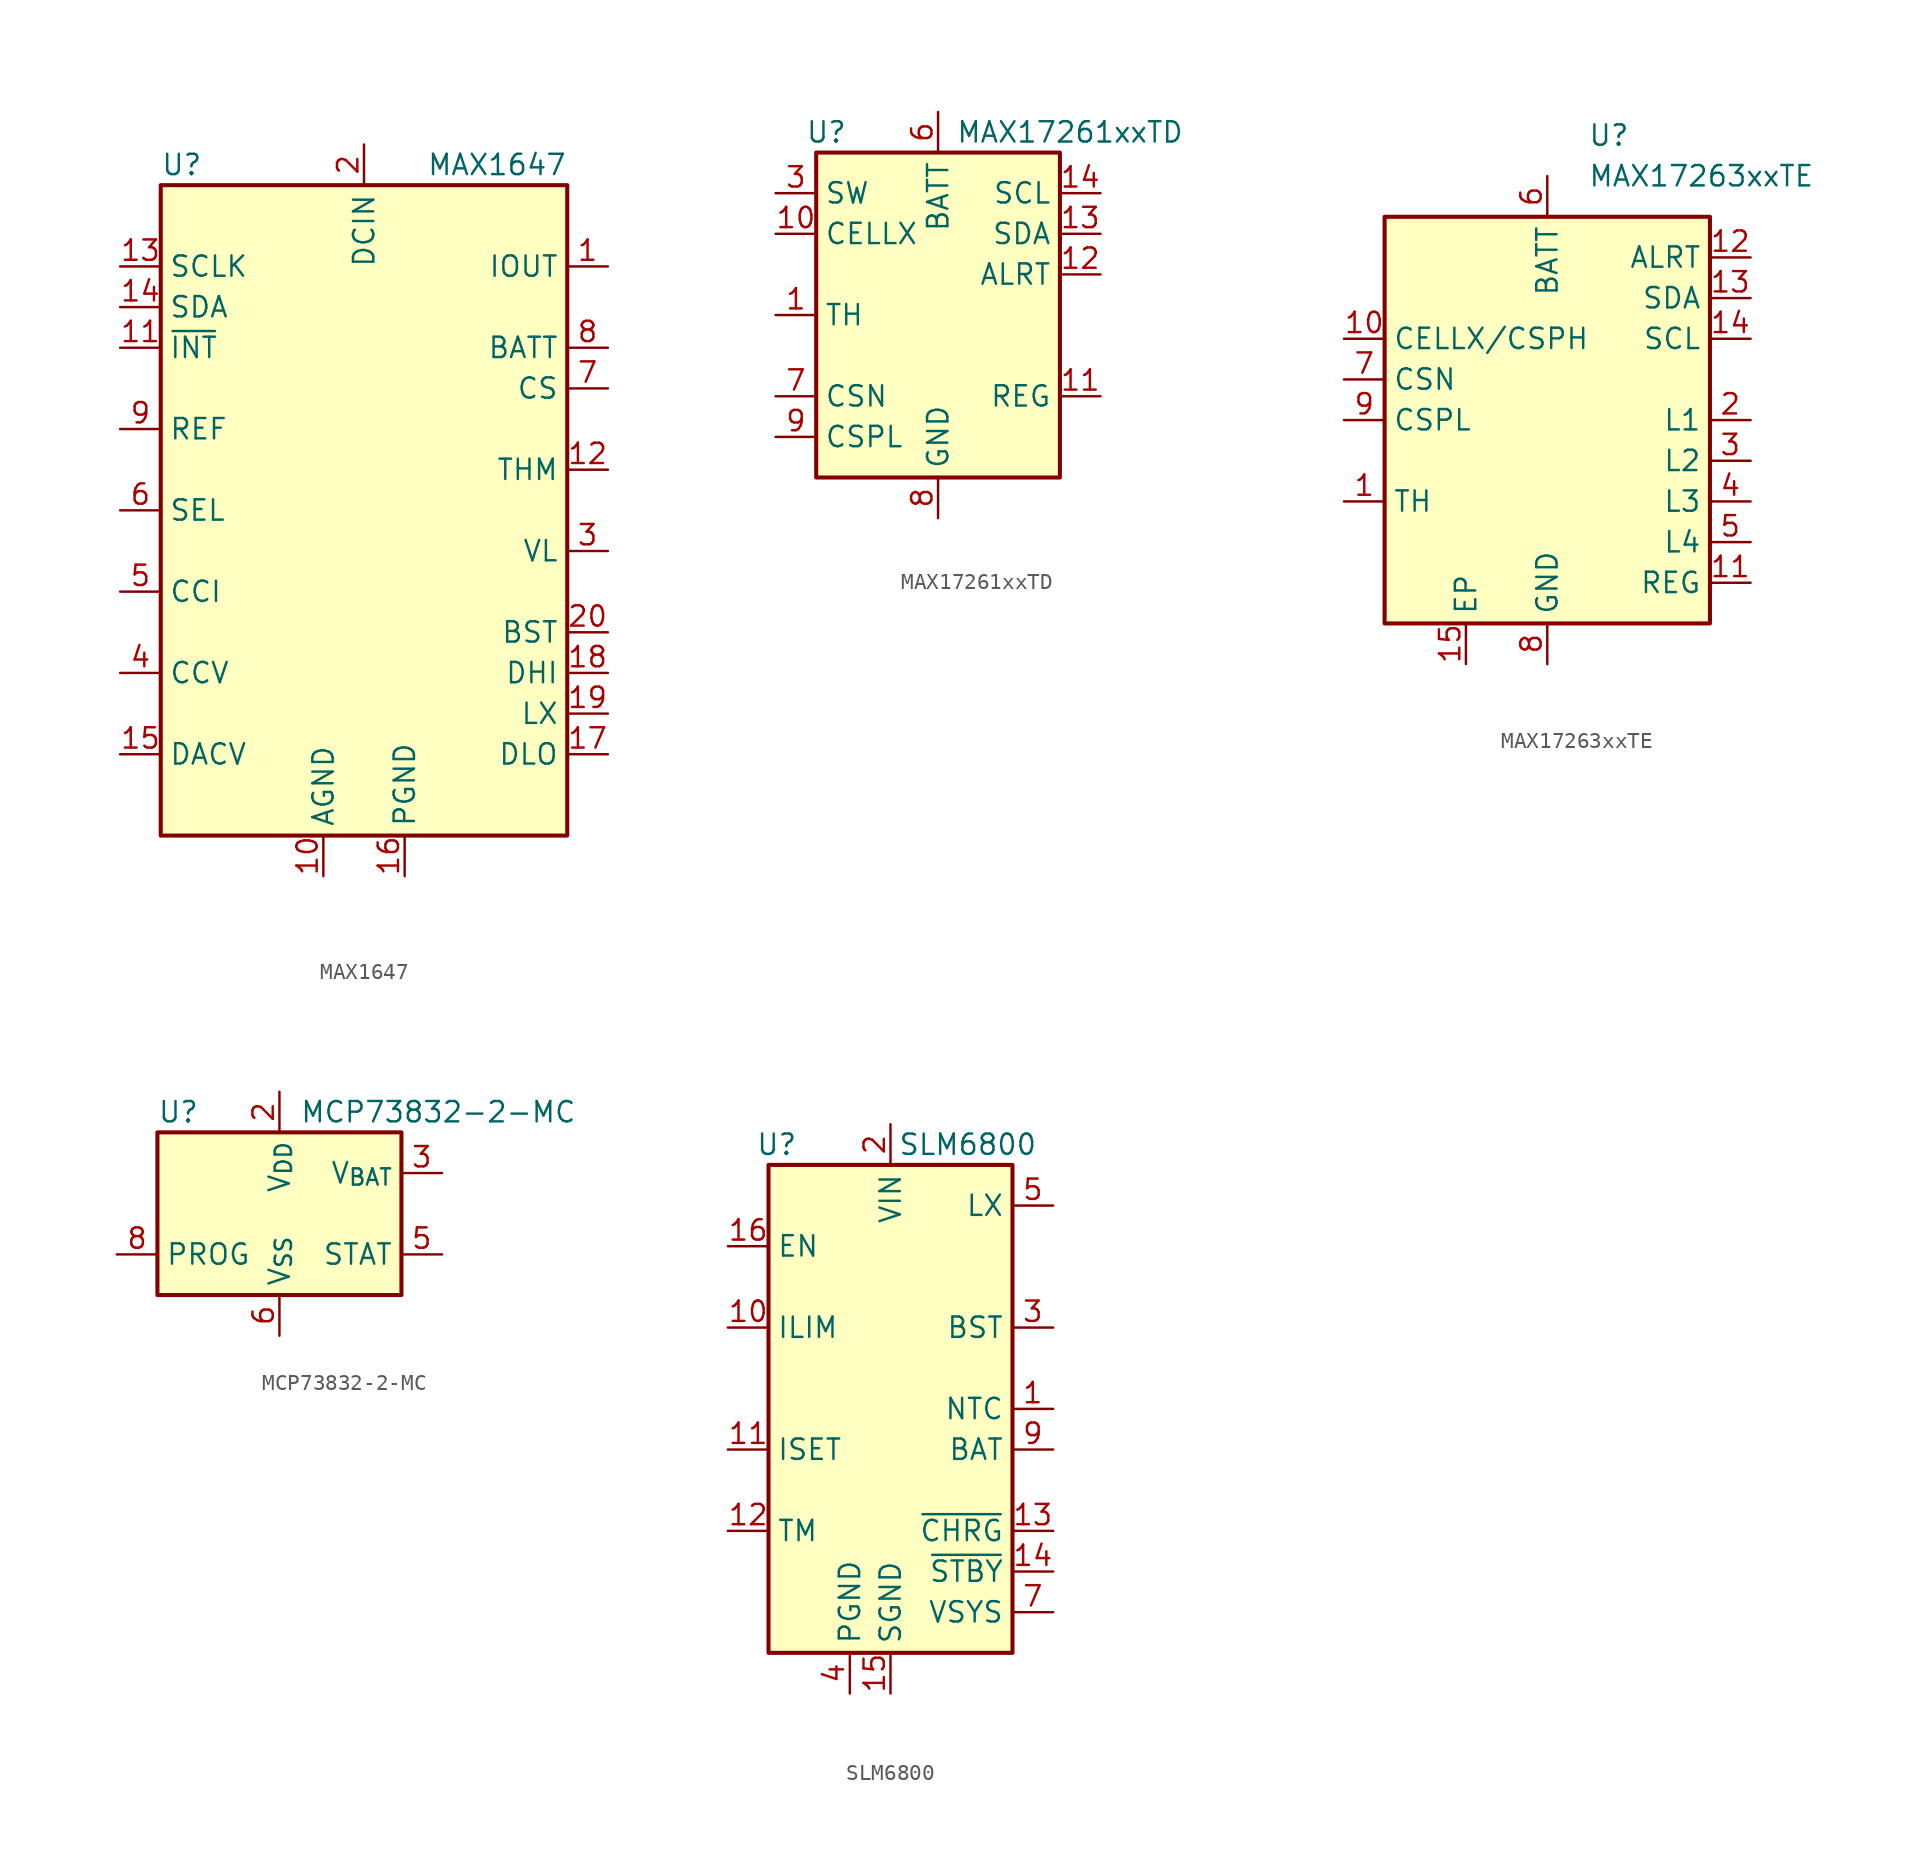
<source format=kicad_sym>
(kicad_symbol_lib
  (version 20231120)
  (generator "kicad_symbol_editor")
  (generator_version "8.0")
  (symbol "MAX1647"
    (property "Reference" "U"
      (at -12.7 21.59 0)
      (effects (font (size 1.27 1.27)) (justify left)))
    (property "Value" "MAX1647"
      (at 12.7 21.59 0)
      (effects (font (size 1.27 1.27)) (justify right)))
    (symbol "MAX1647_0_1"
      (rectangle (start -12.7 20.32) (end 12.7 -20.32) (stroke (width 0.254) (type default)) (fill (type background))))
    (symbol "MAX1647_1_1"
      (pin output line (at 15.24 15.24 180) (length 2.54) (name "IOUT" (effects (font (size 1.27 1.27)))) (number "1" (effects (font (size 1.27 1.27)))))
      (pin power_in line (at -2.54 -22.86 90) (length 2.54) (name "AGND" (effects (font (size 1.27 1.27)))) (number "10" (effects (font (size 1.27 1.27)))))
      (pin open_collector line (at -15.24 10.16 0) (length 2.54) (name "~{INT}" (effects (font (size 1.27 1.27)))) (number "11" (effects (font (size 1.27 1.27)))))
      (pin input line (at 15.24 2.54 180) (length 2.54) (name "THM" (effects (font (size 1.27 1.27)))) (number "12" (effects (font (size 1.27 1.27)))))
      (pin input line (at -15.24 15.24 0) (length 2.54) (name "SCLK" (effects (font (size 1.27 1.27)))) (number "13" (effects (font (size 1.27 1.27)))))
      (pin bidirectional line (at -15.24 12.7 0) (length 2.54) (name "SDA" (effects (font (size 1.27 1.27)))) (number "14" (effects (font (size 1.27 1.27)))))
      (pin output line (at -15.24 -15.24 0) (length 2.54) (name "DACV" (effects (font (size 1.27 1.27)))) (number "15" (effects (font (size 1.27 1.27)))))
      (pin power_in line (at 2.54 -22.86 90) (length 2.54) (name "PGND" (effects (font (size 1.27 1.27)))) (number "16" (effects (font (size 1.27 1.27)))))
      (pin output line (at 15.24 -15.24 180) (length 2.54) (name "DLO" (effects (font (size 1.27 1.27)))) (number "17" (effects (font (size 1.27 1.27)))))
      (pin output line (at 15.24 -10.16 180) (length 2.54) (name "DHI" (effects (font (size 1.27 1.27)))) (number "18" (effects (font (size 1.27 1.27)))))
      (pin input line (at 15.24 -12.7 180) (length 2.54) (name "LX" (effects (font (size 1.27 1.27)))) (number "19" (effects (font (size 1.27 1.27)))))
      (pin power_in line (at 0 22.86 270) (length 2.54) (name "DCIN" (effects (font (size 1.27 1.27)))) (number "2" (effects (font (size 1.27 1.27)))))
      (pin power_in line (at 15.24 -7.62 180) (length 2.54) (name "BST" (effects (font (size 1.27 1.27)))) (number "20" (effects (font (size 1.27 1.27)))))
      (pin power_out line (at 15.24 -2.54 180) (length 2.54) (name "VL" (effects (font (size 1.27 1.27)))) (number "3" (effects (font (size 1.27 1.27)))))
      (pin passive line (at -15.24 -10.16 0) (length 2.54) (name "CCV" (effects (font (size 1.27 1.27)))) (number "4" (effects (font (size 1.27 1.27)))))
      (pin passive line (at -15.24 -5.08 0) (length 2.54) (name "CCI" (effects (font (size 1.27 1.27)))) (number "5" (effects (font (size 1.27 1.27)))))
      (pin input line (at -15.24 0 0) (length 2.54) (name "SEL" (effects (font (size 1.27 1.27)))) (number "6" (effects (font (size 1.27 1.27)))))
      (pin input line (at 15.24 7.62 180) (length 2.54) (name "CS" (effects (font (size 1.27 1.27)))) (number "7" (effects (font (size 1.27 1.27)))))
      (pin input line (at 15.24 10.16 180) (length 2.54) (name "BATT" (effects (font (size 1.27 1.27)))) (number "8" (effects (font (size 1.27 1.27)))))
      (pin bidirectional line (at -15.24 5.08 0) (length 2.54) (name "REF" (effects (font (size 1.27 1.27)))) (number "9" (effects (font (size 1.27 1.27)))))))
  (symbol "MAX17261xxTD"
    (property "Reference" "U"
      (at -6.985 11.43 0)
      (effects (font (size 1.27 1.27))))
    (property "Value" "MAX17261xxTD"
      (at 8.255 11.43 0)
      (effects (font (size 1.27 1.27))))
    (symbol "MAX17261xxTD_0_1"
      (rectangle (start -7.62 10.16) (end 7.62 -10.16) (stroke (width 0.254) (type default)) (fill (type background))))
    (symbol "MAX17261xxTD_1_1"
      (pin passive line (at -10.16 0 0) (length 2.54) (name "TH" (effects (font (size 1.27 1.27)))) (number "1" (effects (font (size 1.27 1.27)))))
      (pin input line (at -10.16 5.08 0) (length 2.54) (name "CELLX" (effects (font (size 1.27 1.27)))) (number "10" (effects (font (size 1.27 1.27)))))
      (pin power_out line (at 10.16 -5.08 180) (length 2.54) (name "REG" (effects (font (size 1.27 1.27)))) (number "11" (effects (font (size 1.27 1.27)))))
      (pin open_collector line (at 10.16 2.54 180) (length 2.54) (name "ALRT" (effects (font (size 1.27 1.27)))) (number "12" (effects (font (size 1.27 1.27)))))
      (pin bidirectional line (at 10.16 5.08 180) (length 2.54) (name "SDA" (effects (font (size 1.27 1.27)))) (number "13" (effects (font (size 1.27 1.27)))))
      (pin input line (at 10.16 7.62 180) (length 2.54) (name "SCL" (effects (font (size 1.27 1.27)))) (number "14" (effects (font (size 1.27 1.27)))))
      (pin passive line (at 0 -12.7 90) (length 2.54) hide (name "GND" (effects (font (size 1.27 1.27)))) (number "15" (effects (font (size 1.27 1.27)))))
      (pin no_connect line (at 2.54 -10.16 90) (length 2.54) hide (name "NC" (effects (font (size 1.27 1.27)))) (number "2" (effects (font (size 1.27 1.27)))))
      (pin output line (at -10.16 7.62 0) (length 2.54) (name "SW" (effects (font (size 1.27 1.27)))) (number "3" (effects (font (size 1.27 1.27)))))
      (pin no_connect line (at -2.54 -10.16 90) (length 2.54) hide (name "NC" (effects (font (size 1.27 1.27)))) (number "4" (effects (font (size 1.27 1.27)))))
      (pin no_connect line (at 5.08 -10.16 90) (length 2.54) hide (name "NC" (effects (font (size 1.27 1.27)))) (number "5" (effects (font (size 1.27 1.27)))))
      (pin power_in line (at 0 12.7 270) (length 2.54) (name "BATT" (effects (font (size 1.27 1.27)))) (number "6" (effects (font (size 1.27 1.27)))))
      (pin passive line (at -10.16 -5.08 0) (length 2.54) (name "CSN" (effects (font (size 1.27 1.27)))) (number "7" (effects (font (size 1.27 1.27)))))
      (pin power_in line (at 0 -12.7 90) (length 2.54) (name "GND" (effects (font (size 1.27 1.27)))) (number "8" (effects (font (size 1.27 1.27)))))
      (pin passive line (at -10.16 -7.62 0) (length 2.54) (name "CSPL" (effects (font (size 1.27 1.27)))) (number "9" (effects (font (size 1.27 1.27)))))))
  (symbol "MAX17263xxTE"
    (property "Reference" "U"
      (at 2.54 17.78 0)
      (effects (font (size 1.27 1.27)) (justify left)))
    (property "Value" "MAX17263xxTE"
      (at 2.54 15.24 0)
      (effects (font (size 1.27 1.27)) (justify left)))
    (symbol "MAX17263xxTE_0_1"
      (rectangle (start -10.16 12.7) (end 10.16 -12.7) (stroke (width 0.254) (type default)) (fill (type background))))
    (symbol "MAX17263xxTE_1_1"
      (pin passive line (at -12.7 -5.08 0) (length 2.54) (name "TH" (effects (font (size 1.27 1.27)))) (number "1" (effects (font (size 1.27 1.27)))))
      (pin input line (at -12.7 5.08 0) (length 2.54) (name "CELLX/CSPH" (effects (font (size 1.27 1.27)))) (number "10" (effects (font (size 1.27 1.27)))))
      (pin power_out line (at 12.7 -10.16 180) (length 2.54) (name "REG" (effects (font (size 1.27 1.27)))) (number "11" (effects (font (size 1.27 1.27)))))
      (pin open_collector line (at 12.7 10.16 180) (length 2.54) (name "ALRT" (effects (font (size 1.27 1.27)))) (number "12" (effects (font (size 1.27 1.27)))))
      (pin bidirectional line (at 12.7 7.62 180) (length 2.54) (name "SDA" (effects (font (size 1.27 1.27)))) (number "13" (effects (font (size 1.27 1.27)))))
      (pin input line (at 12.7 5.08 180) (length 2.54) (name "SCL" (effects (font (size 1.27 1.27)))) (number "14" (effects (font (size 1.27 1.27)))))
      (pin passive line (at -5.08 -15.24 90) (length 2.54) (name "EP" (effects (font (size 1.27 1.27)))) (number "15" (effects (font (size 1.27 1.27)))))
      (pin bidirectional line (at 12.7 0 180) (length 2.54) (name "L1" (effects (font (size 1.27 1.27)))) (number "2" (effects (font (size 1.27 1.27)))))
      (pin output line (at 12.7 -2.54 180) (length 2.54) (name "L2" (effects (font (size 1.27 1.27)))) (number "3" (effects (font (size 1.27 1.27)))))
      (pin output line (at 12.7 -5.08 180) (length 2.54) (name "L3" (effects (font (size 1.27 1.27)))) (number "4" (effects (font (size 1.27 1.27)))))
      (pin output line (at 12.7 -7.62 180) (length 2.54) (name "L4" (effects (font (size 1.27 1.27)))) (number "5" (effects (font (size 1.27 1.27)))))
      (pin power_in line (at 0 15.24 270) (length 2.54) (name "BATT" (effects (font (size 1.27 1.27)))) (number "6" (effects (font (size 1.27 1.27)))))
      (pin input line (at -12.7 2.54 0) (length 2.54) (name "CSN" (effects (font (size 1.27 1.27)))) (number "7" (effects (font (size 1.27 1.27)))))
      (pin power_in line (at 0 -15.24 90) (length 2.54) (name "GND" (effects (font (size 1.27 1.27)))) (number "8" (effects (font (size 1.27 1.27)))))
      (pin input line (at -12.7 0 0) (length 2.54) (name "CSPL" (effects (font (size 1.27 1.27)))) (number "9" (effects (font (size 1.27 1.27)))))))
  (symbol "MCP73832-2-MC"
    (property "Reference" "U"
      (at -7.62 6.35 0)
      (effects (font (size 1.27 1.27)) (justify left)))
    (property "Value" "MCP73832-2-MC"
      (at 1.27 6.35 0)
      (effects (font (size 1.27 1.27)) (justify left)))
    (symbol "MCP73832-2-MC_0_1"
      (rectangle (start -7.62 5.08) (end 7.62 -5.08) (stroke (width 0.254) (type default)) (fill (type background))))
    (symbol "MCP73832-2-MC_1_1"
      (pin passive line (at 0 7.62 270) (length 2.54) hide (name "V_{DD}" (effects (font (size 1.27 1.27)))) (number "1" (effects (font (size 1.27 1.27)))))
      (pin power_in line (at 0 7.62 270) (length 2.54) (name "V_{DD}" (effects (font (size 1.27 1.27)))) (number "2" (effects (font (size 1.27 1.27)))))
      (pin power_out line (at 10.16 2.54 180) (length 2.54) (name "V_{BAT}" (effects (font (size 1.27 1.27)))) (number "3" (effects (font (size 1.27 1.27)))))
      (pin passive line (at 10.16 2.54 180) (length 2.54) hide (name "V_{BAT}" (effects (font (size 1.27 1.27)))) (number "4" (effects (font (size 1.27 1.27)))))
      (pin open_collector line (at 10.16 -2.54 180) (length 2.54) (name "STAT" (effects (font (size 1.27 1.27)))) (number "5" (effects (font (size 1.27 1.27)))))
      (pin power_in line (at 0 -7.62 90) (length 2.54) (name "V_{SS}" (effects (font (size 1.27 1.27)))) (number "6" (effects (font (size 1.27 1.27)))))
      (pin no_connect line (at -7.62 2.54 0) (length 2.54) hide (name "NC" (effects (font (size 1.27 1.27)))) (number "7" (effects (font (size 1.27 1.27)))))
      (pin input line (at -10.16 -2.54 0) (length 2.54) (name "PROG" (effects (font (size 1.27 1.27)))) (number "8" (effects (font (size 1.27 1.27)))))))
  (symbol "SLM6800"
    (property "Reference" "U"
      (at -7.112 16.51 0)
      (effects (font (size 1.27 1.27))))
    (property "Value" "SLM6800"
      (at 4.826 16.51 0)
      (effects (font (size 1.27 1.27))))
    (symbol "SLM6800_0_0"
      (pin open_collector line (at 10.16 -7.62 180) (length 2.54) (name "~{CHRG}" (effects (font (size 1.27 1.27)))) (number "13" (effects (font (size 1.27 1.27)))))
      (pin open_collector line (at 10.16 -10.16 180) (length 2.54) (name "~{STBY}" (effects (font (size 1.27 1.27)))) (number "14" (effects (font (size 1.27 1.27))))))
    (symbol "SLM6800_1_0"
      (pin input line (at 10.16 0 180) (length 2.54) (name "NTC" (effects (font (size 1.27 1.27)))) (number "1" (effects (font (size 1.27 1.27)))))
      (pin input line (at -10.16 5.08 0) (length 2.54) (name "ILIM" (effects (font (size 1.27 1.27)))) (number "10" (effects (font (size 1.27 1.27)))))
      (pin input line (at -10.16 -2.54 0) (length 2.54) (name "ISET" (effects (font (size 1.27 1.27)))) (number "11" (effects (font (size 1.27 1.27)))))
      (pin input line (at -10.16 -7.62 0) (length 2.54) (name "TM" (effects (font (size 1.27 1.27)))) (number "12" (effects (font (size 1.27 1.27)))))
      (pin power_in line (at 0 -17.78 90) (length 2.54) (name "SGND" (effects (font (size 1.27 1.27)))) (number "15" (effects (font (size 1.27 1.27)))))
      (pin input line (at -10.16 10.16 0) (length 2.54) (name "EN" (effects (font (size 1.27 1.27)))) (number "16" (effects (font (size 1.27 1.27)))))
      (pin passive line (at -2.54 -17.78 90) (length 2.54) hide (name "PGND" (effects (font (size 1.27 1.27)))) (number "17" (effects (font (size 1.27 1.27)))))
      (pin power_in line (at 0 17.78 270) (length 2.54) (name "VIN" (effects (font (size 1.27 1.27)))) (number "2" (effects (font (size 1.27 1.27)))))
      (pin input line (at 10.16 5.08 180) (length 2.54) (name "BST" (effects (font (size 1.27 1.27)))) (number "3" (effects (font (size 1.27 1.27)))))
      (pin power_in line (at -2.54 -17.78 90) (length 2.54) (name "PGND" (effects (font (size 1.27 1.27)))) (number "4" (effects (font (size 1.27 1.27)))))
      (pin output line (at 10.16 12.7 180) (length 2.54) (name "LX" (effects (font (size 1.27 1.27)))) (number "5" (effects (font (size 1.27 1.27)))))
      (pin passive line (at 10.16 12.7 180) (length 2.54) hide (name "LX" (effects (font (size 1.27 1.27)))) (number "6" (effects (font (size 1.27 1.27)))))
      (pin output line (at 10.16 -12.7 180) (length 2.54) (name "VSYS" (effects (font (size 1.27 1.27)))) (number "7" (effects (font (size 1.27 1.27)))))
      (pin passive line (at 10.16 -12.7 180) (length 2.54) hide (name "VSYS" (effects (font (size 1.27 1.27)))) (number "8" (effects (font (size 1.27 1.27)))))
      (pin power_out line (at 10.16 -2.54 180) (length 2.54) (name "BAT" (effects (font (size 1.27 1.27)))) (number "9" (effects (font (size 1.27 1.27))))))
    (symbol "SLM6800_1_1"
      (rectangle (start -7.62 15.24) (end 7.62 -15.24) (stroke (width 0.254) (type default)) (fill (type background))))))
</source>
